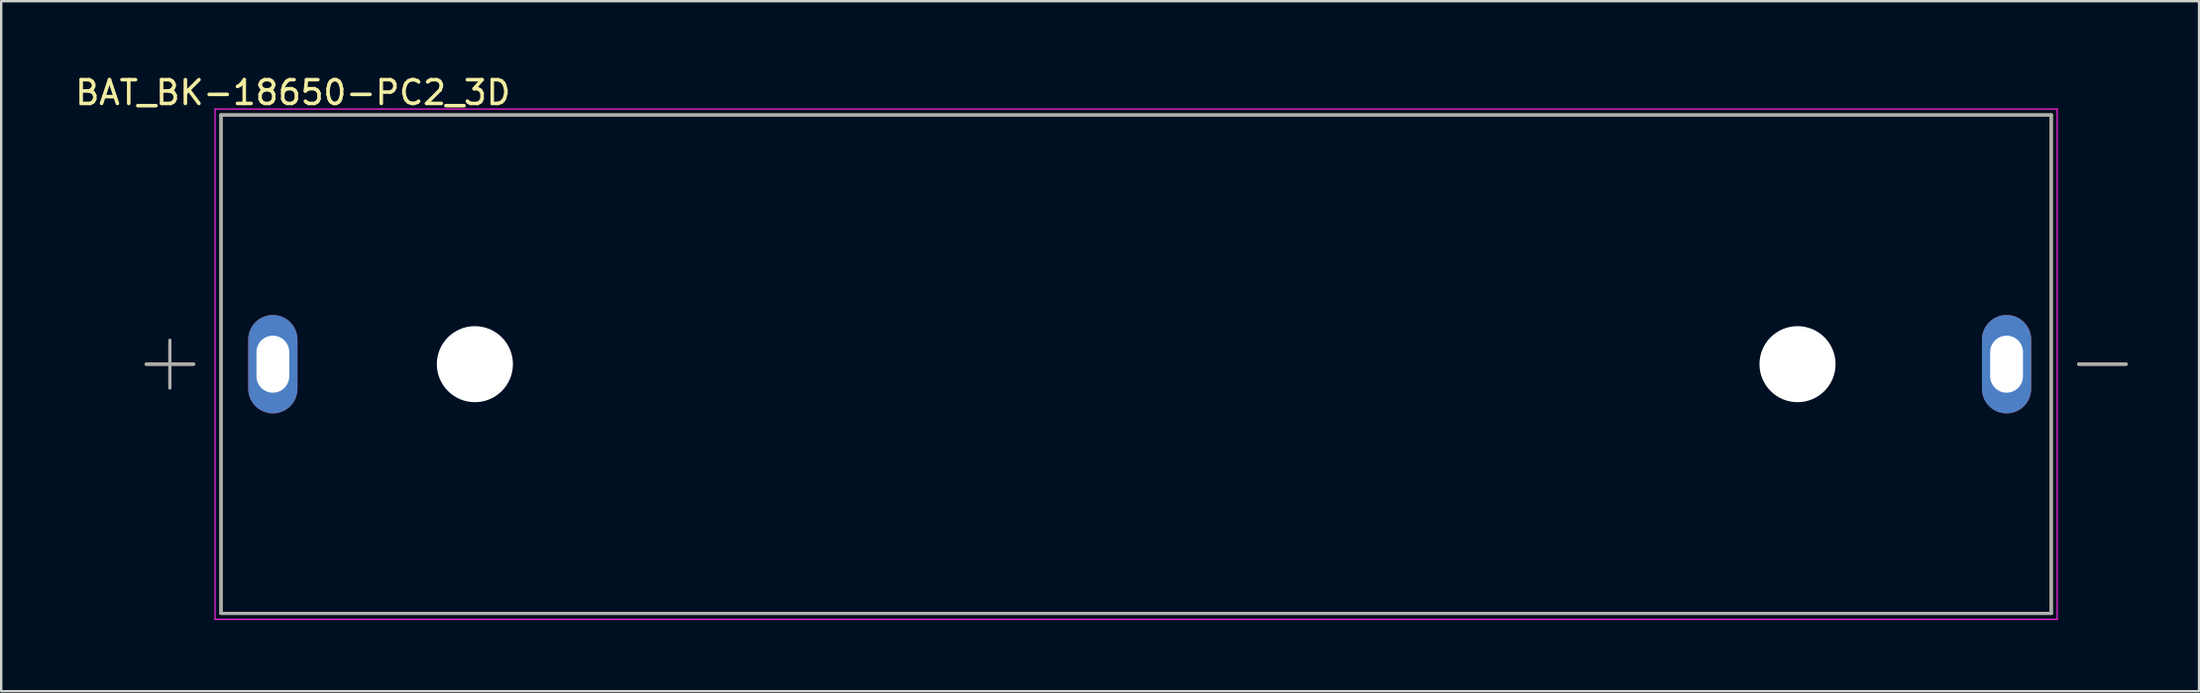
<source format=kicad_pcb>
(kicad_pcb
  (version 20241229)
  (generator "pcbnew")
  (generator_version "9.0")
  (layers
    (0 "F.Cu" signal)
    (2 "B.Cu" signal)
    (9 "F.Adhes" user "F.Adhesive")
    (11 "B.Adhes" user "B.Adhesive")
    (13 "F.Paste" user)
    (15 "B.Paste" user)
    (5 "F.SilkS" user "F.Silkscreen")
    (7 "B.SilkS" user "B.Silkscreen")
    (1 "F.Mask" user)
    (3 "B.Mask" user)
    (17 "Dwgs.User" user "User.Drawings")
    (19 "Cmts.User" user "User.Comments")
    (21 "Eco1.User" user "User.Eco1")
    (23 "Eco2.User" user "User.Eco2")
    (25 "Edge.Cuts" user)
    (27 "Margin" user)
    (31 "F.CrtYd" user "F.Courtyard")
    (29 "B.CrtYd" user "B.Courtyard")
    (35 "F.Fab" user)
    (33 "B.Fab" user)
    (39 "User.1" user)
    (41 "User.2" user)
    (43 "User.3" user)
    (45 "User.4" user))
  (footprint "BAT_BK-18650-PC2_3D"
    (layer "F.Cu")
    (at 44.723 12.278)
    (property "Reference" "BAT_BK-18650-PC2_3D" (at -35.455 -11.43 180) (layer "F.SilkS") (effects (font (size 1 1) (thickness 0.15))))
    (attr through_hole)
    (fp_line (start -41.63 0) (end -39.63 0) (stroke (width 0.127) (type solid)) (layer "F.SilkS"))
    (fp_line (start -40.63 -1) (end -40.63 1) (stroke (width 0.127) (type solid)) (layer "F.SilkS"))
    (fp_line (start -38.48 -10.49) (end 38.48 -10.49) (stroke (width 0.127) (type solid)) (layer "F.SilkS"))
    (fp_line (start -38.48 10.49) (end -38.48 -10.49) (stroke (width 0.127) (type solid)) (layer "F.SilkS"))
    (fp_line (start 38.48 -10.49) (end 38.48 10.49) (stroke (width 0.127) (type solid)) (layer "F.SilkS"))
    (fp_line (start 38.48 10.49) (end -38.48 10.49) (stroke (width 0.127) (type solid)) (layer "F.SilkS"))
    (fp_line (start 39.63 0) (end 41.63 0) (stroke (width 0.127) (type solid)) (layer "F.SilkS"))
    (fp_line (start -38.73 -10.74) (end 38.73 -10.74) (stroke (width 0.05) (type solid)) (layer "F.CrtYd"))
    (fp_line (start -38.73 10.74) (end -38.73 -10.74) (stroke (width 0.05) (type solid)) (layer "F.CrtYd"))
    (fp_line (start 38.73 -10.74) (end 38.73 10.74) (stroke (width 0.05) (type solid)) (layer "F.CrtYd"))
    (fp_line (start 38.73 10.74) (end -38.73 10.74) (stroke (width 0.05) (type solid)) (layer "F.CrtYd"))
    (fp_line (start -41.63 0) (end -39.63 0) (stroke (width 0.127) (type solid)) (layer "F.Fab"))
    (fp_line (start -40.63 -1) (end -40.63 1) (stroke (width 0.127) (type solid)) (layer "F.Fab"))
    (fp_line (start -38.48 -10.49) (end 38.48 -10.49) (stroke (width 0.127) (type solid)) (layer "F.Fab"))
    (fp_line (start -38.48 10.49) (end -38.48 -10.49) (stroke (width 0.127) (type solid)) (layer "F.Fab"))
    (fp_line (start 38.48 -10.49) (end 38.48 10.49) (stroke (width 0.127) (type solid)) (layer "F.Fab"))
    (fp_line (start 38.48 10.49) (end -38.48 10.49) (stroke (width 0.127) (type solid)) (layer "F.Fab"))
    (fp_line (start 39.63 0) (end 41.63 0) (stroke (width 0.127) (type solid)) (layer "F.Fab"))
    (pad "" np_thru_hole circle (at -27.805 0) (size 3.2 3.2) (drill 3.2) (layers "*.Cu" "*.Mask"))
    (pad "" np_thru_hole circle (at 27.81 0) (size 3.2 3.2) (drill 3.2) (layers "*.Cu" "*.Mask"))
    (pad "+" thru_hole oval (at -36.3 0) (size 2.07 4.14) (drill oval 1.38 2.4) (layers "*.Cu" "*.Mask"))
    (pad "-" thru_hole oval (at 36.6 0) (size 2.07 4.14) (drill oval 1.38 2.4) (layers "*.Cu" "*.Mask")))
  (gr_rect
    (start -3 -3)
    (end 89.416 26.043)
    (stroke (width 0.1) (type default))
    (fill no)
    (layer "Edge.Cuts")))
</source>
